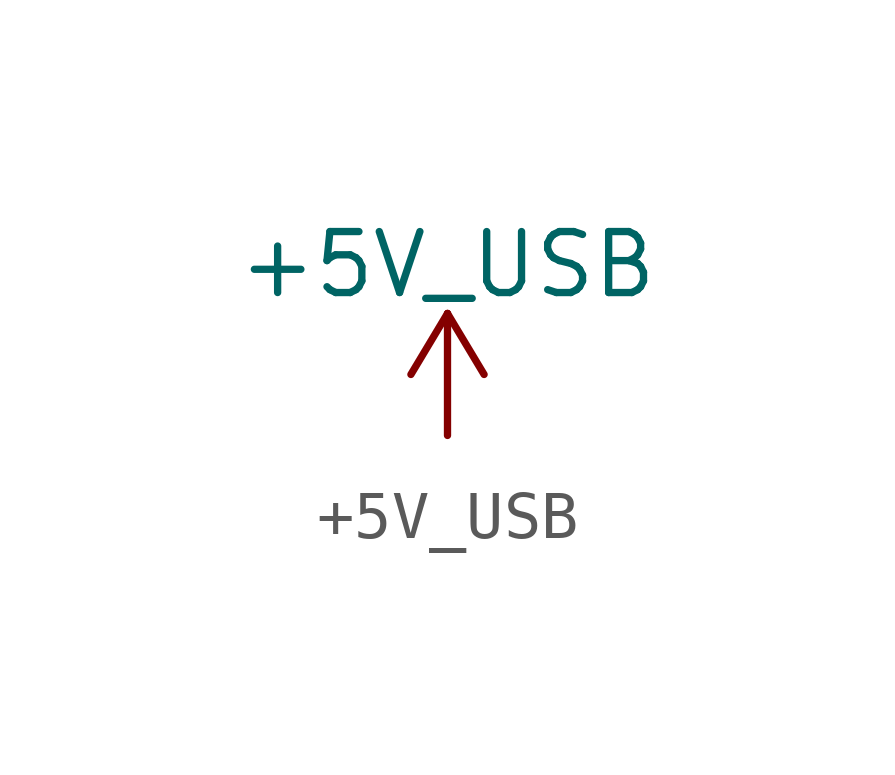
<source format=kicad_sym>
(kicad_symbol_lib
  (version 20201005)
  (generator kicad_symbol_editor)
  (symbol "Generative_picture:+5V_USB"
    (power)
    (pin_names
      (offset 0))
    (property "Reference" "#PWR"
      (at 0 -3.81 0)
      (effects (font (size 1.27 1.27)) hide))
    (property "Value" "+5V_USB"
      (at 0 3.556 0)
      (effects (font (size 1.27 1.27))))
    (symbol "+5V_USB_0_1"
      (polyline (pts (xy -0.762 1.27) (xy 0 2.54)) (stroke (width 0)) (fill (type none)))
      (polyline (pts (xy 0 0) (xy 0 2.54)) (stroke (width 0)) (fill (type none)))
      (polyline (pts (xy 0 2.54) (xy 0.762 1.27)) (stroke (width 0)) (fill (type none))))
    (symbol "+5V_USB_1_1"
      (pin power_in line (at 0 0 90) (length 0) hide (name "+5V" (effects (font (size 1.27 1.27)))) (number "1" (effects (font (size 1.27 1.27))))))))
</source>
